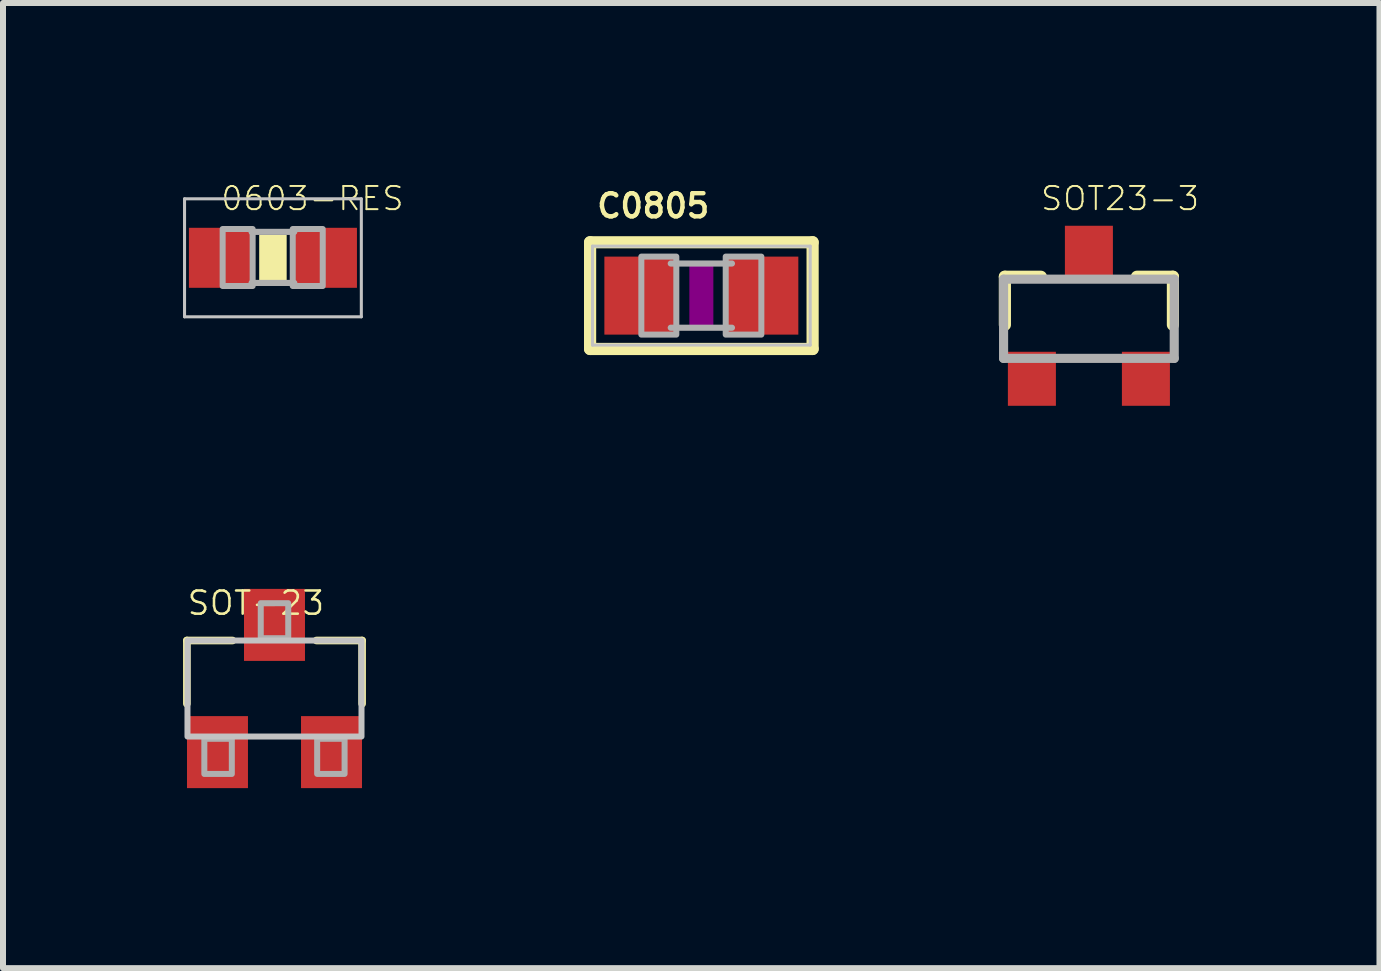
<source format=kicad_pcb>
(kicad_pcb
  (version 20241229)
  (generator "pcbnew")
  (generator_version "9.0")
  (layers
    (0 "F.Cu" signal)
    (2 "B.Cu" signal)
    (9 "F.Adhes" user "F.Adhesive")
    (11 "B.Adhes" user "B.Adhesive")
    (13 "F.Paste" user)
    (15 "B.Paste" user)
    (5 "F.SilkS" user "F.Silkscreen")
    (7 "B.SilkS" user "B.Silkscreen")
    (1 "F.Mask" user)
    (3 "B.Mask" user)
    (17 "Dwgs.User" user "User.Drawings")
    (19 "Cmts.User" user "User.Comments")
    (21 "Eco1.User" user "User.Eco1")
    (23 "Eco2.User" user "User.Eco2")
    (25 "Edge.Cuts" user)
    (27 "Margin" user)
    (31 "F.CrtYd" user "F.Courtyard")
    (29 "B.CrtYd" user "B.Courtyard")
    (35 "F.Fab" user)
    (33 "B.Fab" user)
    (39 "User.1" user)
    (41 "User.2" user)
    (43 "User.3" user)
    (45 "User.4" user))
  (footprint "0603-RES"
    (layer "F.Cu")
    (at 1.498 1.246)
    (property "Reference" "0603-RES" (at -0.889 -0.762 0) (layer "F.SilkS") (effects (font (size 0.386 0.386) (thickness 0.033)) (justify left bottom)))
    (attr through_hole)
    (fp_poly (pts (xy -0.229 0.381) (xy 0.229 0.381) (xy 0.229 -0.381) (xy -0.229 -0.381)) (stroke (width 0) (type solid)) (fill yes) (layer "F.SilkS"))
    (fp_poly (pts (xy -0.2 0.3) (xy 0.2 0.3) (xy 0.2 -0.3) (xy -0.2 -0.3)) (stroke (width 0) (type solid)) (fill yes) (layer "F.Adhes"))
    (fp_line (start -1.473 -0.983) (end 1.473 -0.983) (stroke (width 0.051) (type solid)) (layer "Dwgs.User"))
    (fp_line (start -1.473 0.983) (end -1.473 -0.983) (stroke (width 0.051) (type solid)) (layer "Dwgs.User"))
    (fp_line (start 1.473 -0.983) (end 1.473 0.983) (stroke (width 0.051) (type solid)) (layer "Dwgs.User"))
    (fp_line (start 1.473 0.983) (end -1.473 0.983) (stroke (width 0.051) (type solid)) (layer "Dwgs.User"))
    (fp_line (start -0.356 -0.432) (end 0.356 -0.432) (stroke (width 0.102) (type solid)) (layer "F.Fab"))
    (fp_line (start -0.356 0.419) (end 0.356 0.419) (stroke (width 0.102) (type solid)) (layer "F.Fab"))
    (fp_poly (pts (xy -0.838 0.47) (xy -0.338 0.47) (xy -0.338 -0.48) (xy -0.838 -0.48)) (stroke (width 0.1) (type solid)) (fill no) (layer "F.Fab"))
    (fp_poly (pts (xy 0.33 0.47) (xy 0.83 0.47) (xy 0.83 -0.48) (xy 0.33 -0.48)) (stroke (width 0.1) (type solid)) (fill no) (layer "F.Fab"))
    (pad "1" smd rect (at -0.85 0) (size 1.1 1) (layers "F.Cu" "F.Mask" "F.Paste"))
    (pad "2" smd rect (at 0.85 0) (size 1.1 1) (layers "F.Cu" "F.Mask" "F.Paste")))
  (footprint "SOT-23"
    (layer "F.Cu")
    (at 1.524 8.423)
    (property "Reference" "SOT-23" (at -1.477 -1.198 0) (layer "F.SilkS") (effects (font (size 0.386 0.386) (thickness 0.042)) (justify left bottom)))
    (attr through_hole)
    (fp_line (start -1.46 -0.8) (end -1.46 0.254) (stroke (width 0.127) (type solid)) (layer "F.SilkS"))
    (fp_line (start -0.699 -0.8) (end -1.46 -0.8) (stroke (width 0.127) (type solid)) (layer "F.SilkS"))
    (fp_line (start 1.46 -0.8) (end 0.699 -0.8) (stroke (width 0.127) (type solid)) (layer "F.SilkS"))
    (fp_line (start 1.46 0.254) (end 1.46 -0.8) (stroke (width 0.127) (type solid)) (layer "F.SilkS"))
    (fp_poly (pts (xy -1.45 0.8) (xy 1.45 0.8) (xy 1.45 -0.8) (xy -1.45 -0.8)) (stroke (width 0.1) (type solid)) (fill no) (layer "Dwgs.User"))
    (fp_poly (pts (xy -1.169 1.424) (xy -0.711 1.424) (xy -0.711 0.838) (xy -1.169 0.838)) (stroke (width 0.1) (type solid)) (fill no) (layer "F.Fab"))
    (fp_poly (pts (xy -0.229 -0.838) (xy 0.229 -0.838) (xy 0.229 -1.422) (xy -0.229 -1.422)) (stroke (width 0.1) (type solid)) (fill no) (layer "F.Fab"))
    (fp_poly (pts (xy 0.711 1.423) (xy 1.168 1.423) (xy 1.168 0.838) (xy 0.711 0.838)) (stroke (width 0.1) (type solid)) (fill no) (layer "F.Fab"))
    (pad "1" smd rect (at -0.95 1.06 180) (size 1.016 1.2) (layers "F.Cu" "F.Mask" "F.Paste"))
    (pad "2" smd rect (at 0.95 1.06) (size 1.016 1.2) (layers "F.Cu" "F.Mask" "F.Paste"))
    (pad "3" smd rect (at 0 -1.06) (size 1.016 1.2) (layers "F.Cu" "F.Mask" "F.Paste")))
  (footprint "SOT23-3"
    (layer "F.Cu")
    (at 15.095 2.262)
    (property "Reference" "SOT23-3" (at -0.826 -1.778 0) (layer "F.SilkS") (effects (font (size 0.386 0.386) (thickness 0.033)) (justify left bottom)))
    (attr through_hole)
    (fp_line (start -1.4 -0.7) (end -1.4 0.1) (stroke (width 0.203) (type solid)) (layer "F.SilkS"))
    (fp_line (start -0.8 -0.7) (end -1.4 -0.7) (stroke (width 0.203) (type solid)) (layer "F.SilkS"))
    (fp_line (start 0.8 -0.7) (end 1.4 -0.7) (stroke (width 0.203) (type solid)) (layer "F.SilkS"))
    (fp_line (start 1.4 -0.7) (end 1.4 0.1) (stroke (width 0.203) (type solid)) (layer "F.SilkS"))
    (fp_line (start -1.422 -0.66) (end 1.422 -0.66) (stroke (width 0.152) (type solid)) (layer "F.Fab"))
    (fp_line (start -1.422 0.66) (end -1.422 -0.66) (stroke (width 0.152) (type solid)) (layer "F.Fab"))
    (fp_line (start 1.422 -0.66) (end 1.422 0.66) (stroke (width 0.152) (type solid)) (layer "F.Fab"))
    (fp_line (start 1.422 0.66) (end -1.422 0.66) (stroke (width 0.152) (type solid)) (layer "F.Fab"))
    (pad "1" smd rect (at -0.95 1) (size 0.8 0.9) (layers "F.Cu" "F.Mask" "F.Paste"))
    (pad "2" smd rect (at 0.95 1) (size 0.8 0.9) (layers "F.Cu" "F.Mask" "F.Paste"))
    (pad "3" smd rect (at 0 -1.1) (size 0.8 0.9) (layers "F.Cu" "F.Mask" "F.Paste")))
  (footprint "C0805"
    (layer "F.Cu")
    (at 8.637 1.876)
    (property "Reference" "C0805" (at -1.778 -1.27 0) (layer "F.SilkS") (effects (font (size 0.386 0.386) (thickness 0.073)) (justify left bottom)))
    (attr through_hole)
    (fp_line (start -1.854 -0.889) (end 1.854 -0.889) (stroke (width 0.203) (type solid)) (layer "F.SilkS"))
    (fp_line (start -1.854 0.889) (end -1.854 -0.889) (stroke (width 0.203) (type solid)) (layer "F.SilkS"))
    (fp_line (start 1.854 -0.889) (end 1.854 0.889) (stroke (width 0.203) (type solid)) (layer "F.SilkS"))
    (fp_line (start 1.854 0.889) (end -1.854 0.889) (stroke (width 0.203) (type solid)) (layer "F.SilkS"))
    (fp_poly (pts (xy -0.2 0.5) (xy 0.2 0.5) (xy 0.2 -0.5) (xy -0.2 -0.5)) (stroke (width 0) (type solid)) (fill yes) (layer "F.Adhes"))
    (fp_line (start -1.814 -0.824) (end 1.814 -0.824) (stroke (width 0.051) (type solid)) (layer "Dwgs.User"))
    (fp_line (start -1.814 0.824) (end -1.814 -0.824) (stroke (width 0.051) (type solid)) (layer "Dwgs.User"))
    (fp_line (start 1.814 -0.824) (end 1.814 0.824) (stroke (width 0.051) (type solid)) (layer "Dwgs.User"))
    (fp_line (start 1.814 0.824) (end -1.814 0.824) (stroke (width 0.051) (type solid)) (layer "Dwgs.User"))
    (fp_line (start -0.51 -0.535) (end 0.51 -0.535) (stroke (width 0.102) (type solid)) (layer "F.Fab"))
    (fp_line (start -0.51 0.535) (end 0.51 0.535) (stroke (width 0.102) (type solid)) (layer "F.Fab"))
    (fp_poly (pts (xy -1 0.65) (xy -0.417 0.65) (xy -0.417 -0.65) (xy -1 -0.65)) (stroke (width 0.1) (type solid)) (fill no) (layer "F.Fab"))
    (fp_poly (pts (xy 0.406 0.65) (xy 1 0.65) (xy 1 -0.65) (xy 0.406 -0.65)) (stroke (width 0.1) (type solid)) (fill no) (layer "F.Fab"))
    (pad "1" smd rect (at -1.016 0) (size 1.2 1.3) (layers "F.Cu" "F.Mask" "F.Paste"))
    (pad "2" smd rect (at 1.016 0) (size 1.2 1.3) (layers "F.Cu" "F.Mask" "F.Paste")))
  (gr_rect
    (start -3 -3)
    (end 19.937 13.083)
    (stroke (width 0.1) (type default))
    (fill no)
    (layer "Edge.Cuts")))
</source>
